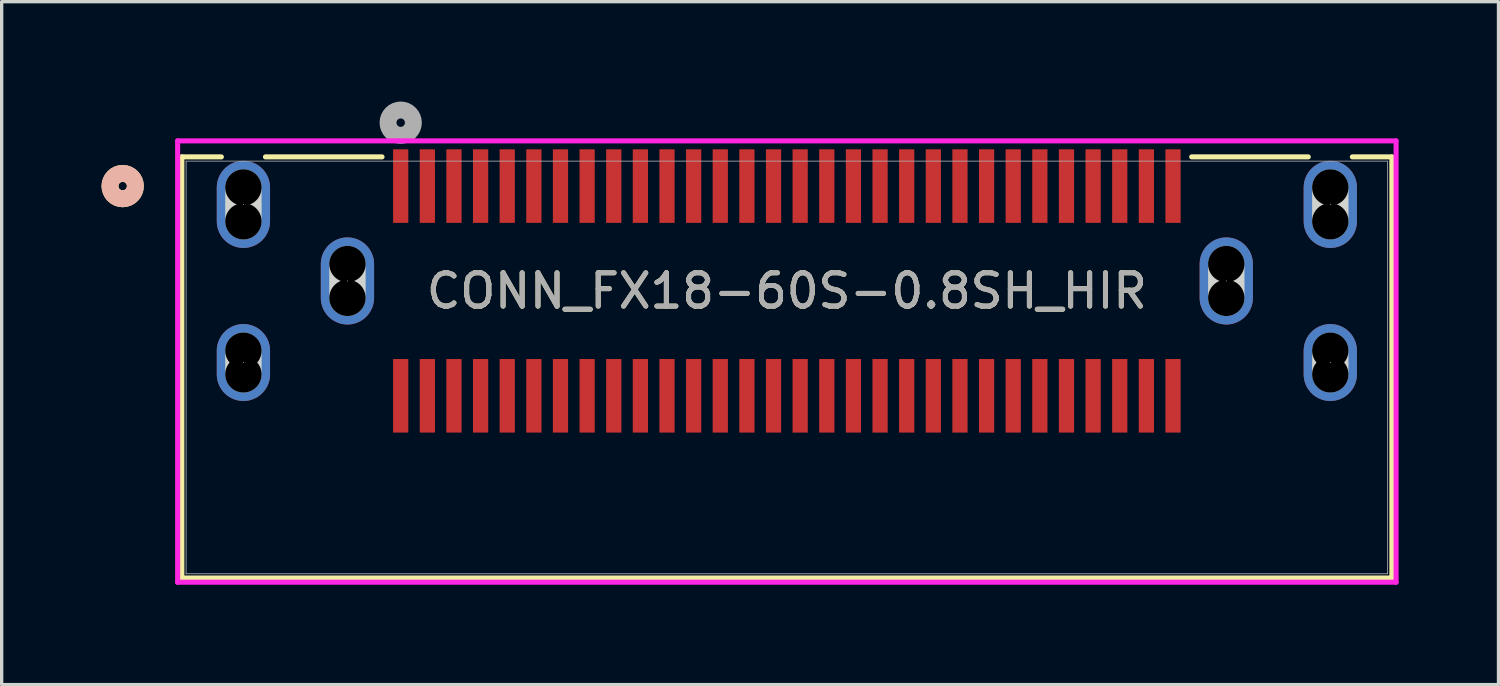
<source format=kicad_pcb>
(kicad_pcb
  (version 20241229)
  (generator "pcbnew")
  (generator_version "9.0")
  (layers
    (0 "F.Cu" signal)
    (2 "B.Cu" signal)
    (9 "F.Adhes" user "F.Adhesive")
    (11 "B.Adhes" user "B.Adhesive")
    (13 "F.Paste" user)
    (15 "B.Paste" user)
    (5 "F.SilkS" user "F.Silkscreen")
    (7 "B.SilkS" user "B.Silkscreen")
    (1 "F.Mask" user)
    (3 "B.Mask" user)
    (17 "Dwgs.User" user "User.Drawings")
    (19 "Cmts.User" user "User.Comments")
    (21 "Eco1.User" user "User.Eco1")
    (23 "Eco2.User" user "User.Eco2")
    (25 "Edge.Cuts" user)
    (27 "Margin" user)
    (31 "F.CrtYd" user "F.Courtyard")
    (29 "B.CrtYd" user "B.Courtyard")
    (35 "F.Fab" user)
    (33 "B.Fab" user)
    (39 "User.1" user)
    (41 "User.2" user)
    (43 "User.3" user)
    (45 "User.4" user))
  (footprint "CONN_FX18-60S-0.8SH_HIR"
    (layer "F.Cu")
    (at 20.587 7.988)
    (property "Reference" "CONN_FX18-60S-0.8SH_HIR" (at 0 -2.298 0) (unlocked yes) (layer "F.SilkS") (effects (font (size 1 1) (thickness 0.15))))
    (attr smd)
    (fp_line (start -18.174 -6.325) (end -18.174 6.325) (stroke (width 0.152) (type solid)) (layer "F.SilkS"))
    (fp_line (start -18.174 6.325) (end 18.174 6.325) (stroke (width 0.152) (type solid)) (layer "F.SilkS"))
    (fp_line (start -16.987 -6.325) (end -18.174 -6.325) (stroke (width 0.152) (type solid)) (layer "F.SilkS"))
    (fp_line (start -12.161 -6.325) (end -15.663 -6.325) (stroke (width 0.152) (type solid)) (layer "F.SilkS"))
    (fp_line (start 15.663 -6.325) (end 12.161 -6.325) (stroke (width 0.152) (type solid)) (layer "F.SilkS"))
    (fp_line (start 18.174 -6.325) (end 16.987 -6.325) (stroke (width 0.152) (type solid)) (layer "F.SilkS"))
    (fp_line (start 18.174 6.325) (end 18.174 -6.325) (stroke (width 0.152) (type solid)) (layer "F.SilkS"))
    (fp_circle (center -19.952 -5.448) (end -19.571 -5.448) (stroke (width 0.508) (type solid)) (fill no) (layer "F.SilkS"))
    (fp_circle (center -19.952 -5.448) (end -19.571 -5.448) (stroke (width 0.508) (type solid)) (fill no) (layer "B.SilkS"))
    (fp_line (start -16.325 -4.39) (end -16.325 -5.406) (stroke (width 1.092) (type solid)) (layer "Edge.Cuts"))
    (fp_line (start -16.325 0.208) (end -16.325 -0.503) (stroke (width 1.092) (type solid)) (layer "Edge.Cuts"))
    (fp_line (start -13.2 -2.09) (end -13.2 -3.106) (stroke (width 1.092) (type solid)) (layer "Edge.Cuts"))
    (fp_line (start 13.2 -2.09) (end 13.2 -3.106) (stroke (width 1.092) (type solid)) (layer "Edge.Cuts"))
    (fp_line (start 16.325 -4.39) (end 16.325 -5.406) (stroke (width 1.092) (type solid)) (layer "Edge.Cuts"))
    (fp_line (start 16.325 0.208) (end 16.325 -0.503) (stroke (width 1.092) (type solid)) (layer "Edge.Cuts"))
    (fp_line (start -18.301 -6.806) (end -18.301 6.452) (stroke (width 0.152) (type solid)) (layer "F.CrtYd"))
    (fp_line (start -18.301 6.452) (end 18.301 6.452) (stroke (width 0.152) (type solid)) (layer "F.CrtYd"))
    (fp_line (start 18.301 -6.806) (end -18.301 -6.806) (stroke (width 0.152) (type solid)) (layer "F.CrtYd"))
    (fp_line (start 18.301 6.452) (end 18.301 -6.806) (stroke (width 0.152) (type solid)) (layer "F.CrtYd"))
    (fp_line (start -18.047 -6.198) (end -18.047 6.198) (stroke (width 0.025) (type solid)) (layer "F.Fab"))
    (fp_line (start -18.047 6.198) (end 18.047 6.198) (stroke (width 0.025) (type solid)) (layer "F.Fab"))
    (fp_line (start 18.047 -6.198) (end -18.047 -6.198) (stroke (width 0.025) (type solid)) (layer "F.Fab"))
    (fp_line (start 18.047 6.198) (end 18.047 -6.198) (stroke (width 0.025) (type solid)) (layer "F.Fab"))
    (fp_circle (center -11.6 -7.353) (end -11.219 -7.353) (stroke (width 0.508) (type solid)) (fill no) (layer "F.Fab"))
    (fp_text user "${REFERENCE}" (at 0 -2.298 0) (unlocked yes) (layer "F.Fab") (effects (font (size 1 1) (thickness 0.15))))
    (pad "" np_thru_hole circle (at -16.325 -5.406) (size 1.092 1.092) (drill 1.092) (layers))
    (pad "" np_thru_hole circle (at -16.325 -4.39) (size 1.092 1.092) (drill 1.092) (layers))
    (pad "" np_thru_hole circle (at -16.325 -0.503) (size 1.092 1.092) (drill 1.092) (layers))
    (pad "" np_thru_hole circle (at -16.325 0.208) (size 1.092 1.092) (drill 1.092) (layers))
    (pad "" np_thru_hole circle (at -13.2 -3.106) (size 1.092 1.092) (drill 1.092) (layers))
    (pad "" np_thru_hole circle (at -13.2 -2.09) (size 1.092 1.092) (drill 1.092) (layers))
    (pad "" np_thru_hole circle (at 13.2 -3.106) (size 1.092 1.092) (drill 1.092) (layers))
    (pad "" np_thru_hole circle (at 13.2 -2.09) (size 1.092 1.092) (drill 1.092) (layers))
    (pad "" np_thru_hole circle (at 16.325 -5.406) (size 1.092 1.092) (drill 1.092) (layers))
    (pad "" np_thru_hole circle (at 16.325 -4.39) (size 1.092 1.092) (drill 1.092) (layers))
    (pad "" np_thru_hole circle (at 16.325 -0.503) (size 1.092 1.092) (drill 1.092) (layers))
    (pad "" np_thru_hole circle (at 16.325 0.208) (size 1.092 1.092) (drill 1.092) (layers))
    (pad "1" smd rect (at -11.6 -5.448) (size 0.457 2.21) (layers "F.Cu" "F.Mask" "F.Paste"))
    (pad "2" smd rect (at -10.8 -5.448) (size 0.457 2.21) (layers "F.Cu" "F.Mask" "F.Paste"))
    (pad "3" smd rect (at -10 -5.448) (size 0.457 2.21) (layers "F.Cu" "F.Mask" "F.Paste"))
    (pad "4" smd rect (at -9.2 -5.448) (size 0.457 2.21) (layers "F.Cu" "F.Mask" "F.Paste"))
    (pad "5" smd rect (at -8.4 -5.448) (size 0.457 2.21) (layers "F.Cu" "F.Mask" "F.Paste"))
    (pad "6" smd rect (at -7.6 -5.448) (size 0.457 2.21) (layers "F.Cu" "F.Mask" "F.Paste"))
    (pad "7" smd rect (at -6.8 -5.448) (size 0.457 2.21) (layers "F.Cu" "F.Mask" "F.Paste"))
    (pad "8" smd rect (at -6 -5.448) (size 0.457 2.21) (layers "F.Cu" "F.Mask" "F.Paste"))
    (pad "9" smd rect (at -5.2 -5.448) (size 0.457 2.21) (layers "F.Cu" "F.Mask" "F.Paste"))
    (pad "10" smd rect (at -4.4 -5.448) (size 0.457 2.21) (layers "F.Cu" "F.Mask" "F.Paste"))
    (pad "11" smd rect (at -3.6 -5.448) (size 0.457 2.21) (layers "F.Cu" "F.Mask" "F.Paste"))
    (pad "12" smd rect (at -2.8 -5.448) (size 0.457 2.21) (layers "F.Cu" "F.Mask" "F.Paste"))
    (pad "13" smd rect (at -2 -5.448) (size 0.457 2.21) (layers "F.Cu" "F.Mask" "F.Paste"))
    (pad "14" smd rect (at -1.2 -5.448) (size 0.457 2.21) (layers "F.Cu" "F.Mask" "F.Paste"))
    (pad "15" smd rect (at -0.4 -5.448) (size 0.457 2.21) (layers "F.Cu" "F.Mask" "F.Paste"))
    (pad "16" smd rect (at 0.4 -5.448) (size 0.457 2.21) (layers "F.Cu" "F.Mask" "F.Paste"))
    (pad "17" smd rect (at 1.2 -5.448) (size 0.457 2.21) (layers "F.Cu" "F.Mask" "F.Paste"))
    (pad "18" smd rect (at 2 -5.448) (size 0.457 2.21) (layers "F.Cu" "F.Mask" "F.Paste"))
    (pad "19" smd rect (at 2.8 -5.448) (size 0.457 2.21) (layers "F.Cu" "F.Mask" "F.Paste"))
    (pad "20" smd rect (at 3.6 -5.448) (size 0.457 2.21) (layers "F.Cu" "F.Mask" "F.Paste"))
    (pad "21" smd rect (at 4.4 -5.448) (size 0.457 2.21) (layers "F.Cu" "F.Mask" "F.Paste"))
    (pad "22" smd rect (at 5.2 -5.448) (size 0.457 2.21) (layers "F.Cu" "F.Mask" "F.Paste"))
    (pad "23" smd rect (at 6 -5.448) (size 0.457 2.21) (layers "F.Cu" "F.Mask" "F.Paste"))
    (pad "24" smd rect (at 6.8 -5.448) (size 0.457 2.21) (layers "F.Cu" "F.Mask" "F.Paste"))
    (pad "25" smd rect (at 7.6 -5.448) (size 0.457 2.21) (layers "F.Cu" "F.Mask" "F.Paste"))
    (pad "26" smd rect (at 8.4 -5.448) (size 0.457 2.21) (layers "F.Cu" "F.Mask" "F.Paste"))
    (pad "27" smd rect (at 9.2 -5.448) (size 0.457 2.21) (layers "F.Cu" "F.Mask" "F.Paste"))
    (pad "28" smd rect (at 10 -5.448) (size 0.457 2.21) (layers "F.Cu" "F.Mask" "F.Paste"))
    (pad "29" smd rect (at 10.8 -5.448) (size 0.457 2.21) (layers "F.Cu" "F.Mask" "F.Paste"))
    (pad "30" smd rect (at 11.6 -5.448) (size 0.457 2.21) (layers "F.Cu" "F.Mask" "F.Paste"))
    (pad "31" smd rect (at -11.6 0.852) (size 0.457 2.21) (layers "F.Cu" "F.Mask" "F.Paste"))
    (pad "32" smd rect (at -10.8 0.852) (size 0.457 2.21) (layers "F.Cu" "F.Mask" "F.Paste"))
    (pad "33" smd rect (at -10 0.852) (size 0.457 2.21) (layers "F.Cu" "F.Mask" "F.Paste"))
    (pad "34" smd rect (at -9.2 0.852) (size 0.457 2.21) (layers "F.Cu" "F.Mask" "F.Paste"))
    (pad "35" smd rect (at -8.4 0.852) (size 0.457 2.21) (layers "F.Cu" "F.Mask" "F.Paste"))
    (pad "36" smd rect (at -7.6 0.852) (size 0.457 2.21) (layers "F.Cu" "F.Mask" "F.Paste"))
    (pad "37" smd rect (at -6.8 0.852) (size 0.457 2.21) (layers "F.Cu" "F.Mask" "F.Paste"))
    (pad "38" smd rect (at -6 0.852) (size 0.457 2.21) (layers "F.Cu" "F.Mask" "F.Paste"))
    (pad "39" smd rect (at -5.2 0.852) (size 0.457 2.21) (layers "F.Cu" "F.Mask" "F.Paste"))
    (pad "40" smd rect (at -4.4 0.852) (size 0.457 2.21) (layers "F.Cu" "F.Mask" "F.Paste"))
    (pad "41" smd rect (at -3.6 0.852) (size 0.457 2.21) (layers "F.Cu" "F.Mask" "F.Paste"))
    (pad "42" smd rect (at -2.8 0.852) (size 0.457 2.21) (layers "F.Cu" "F.Mask" "F.Paste"))
    (pad "43" smd rect (at -2 0.852) (size 0.457 2.21) (layers "F.Cu" "F.Mask" "F.Paste"))
    (pad "44" smd rect (at -1.2 0.852) (size 0.457 2.21) (layers "F.Cu" "F.Mask" "F.Paste"))
    (pad "45" smd rect (at -0.4 0.852) (size 0.457 2.21) (layers "F.Cu" "F.Mask" "F.Paste"))
    (pad "46" smd rect (at 0.4 0.852) (size 0.457 2.21) (layers "F.Cu" "F.Mask" "F.Paste"))
    (pad "47" smd rect (at 1.2 0.852) (size 0.457 2.21) (layers "F.Cu" "F.Mask" "F.Paste"))
    (pad "48" smd rect (at 2 0.852) (size 0.457 2.21) (layers "F.Cu" "F.Mask" "F.Paste"))
    (pad "49" smd rect (at 2.8 0.852) (size 0.457 2.21) (layers "F.Cu" "F.Mask" "F.Paste"))
    (pad "50" smd rect (at 3.6 0.852) (size 0.457 2.21) (layers "F.Cu" "F.Mask" "F.Paste"))
    (pad "51" smd rect (at 4.4 0.852) (size 0.457 2.21) (layers "F.Cu" "F.Mask" "F.Paste"))
    (pad "52" smd rect (at 5.2 0.852) (size 0.457 2.21) (layers "F.Cu" "F.Mask" "F.Paste"))
    (pad "53" smd rect (at 6 0.852) (size 0.457 2.21) (layers "F.Cu" "F.Mask" "F.Paste"))
    (pad "54" smd rect (at 6.8 0.852) (size 0.457 2.21) (layers "F.Cu" "F.Mask" "F.Paste"))
    (pad "55" smd rect (at 7.6 0.852) (size 0.457 2.21) (layers "F.Cu" "F.Mask" "F.Paste"))
    (pad "56" smd rect (at 8.4 0.852) (size 0.457 2.21) (layers "F.Cu" "F.Mask" "F.Paste"))
    (pad "57" smd rect (at 9.2 0.852) (size 0.457 2.21) (layers "F.Cu" "F.Mask" "F.Paste"))
    (pad "58" smd rect (at 10 0.852) (size 0.457 2.21) (layers "F.Cu" "F.Mask" "F.Paste"))
    (pad "59" smd rect (at 10.8 0.852) (size 0.457 2.21) (layers "F.Cu" "F.Mask" "F.Paste"))
    (pad "60" smd rect (at 11.6 0.852) (size 0.457 2.21) (layers "F.Cu" "F.Mask" "F.Paste"))
    (pad "S" thru_hole oval (at -16.325 -4.898 90) (size 2.616 1.6) (drill 0.025) (layers "*.Cu" "*.Mask"))
    (pad "S" thru_hole oval (at -16.325 -0.148 90) (size 2.311 1.6) (drill 0.025) (layers "*.Cu" "*.Mask"))
    (pad "S" thru_hole oval (at -13.2 -2.598 90) (size 2.616 1.6) (drill 0.025) (layers "*.Cu" "*.Mask"))
    (pad "S" thru_hole oval (at 13.2 -2.598 90) (size 2.616 1.6) (drill 0.025) (layers "*.Cu" "*.Mask"))
    (pad "S" thru_hole oval (at 16.325 -4.898 90) (size 2.616 1.6) (drill 0.025) (layers "*.Cu" "*.Mask"))
    (pad "S" thru_hole oval (at 16.325 -0.148 90) (size 2.311 1.6) (drill 0.025) (layers "*.Cu" "*.Mask")))
  (gr_rect
    (start -3 -3)
    (end 41.964 17.515)
    (stroke (width 0.1) (type default))
    (fill no)
    (layer "Edge.Cuts")))
</source>
